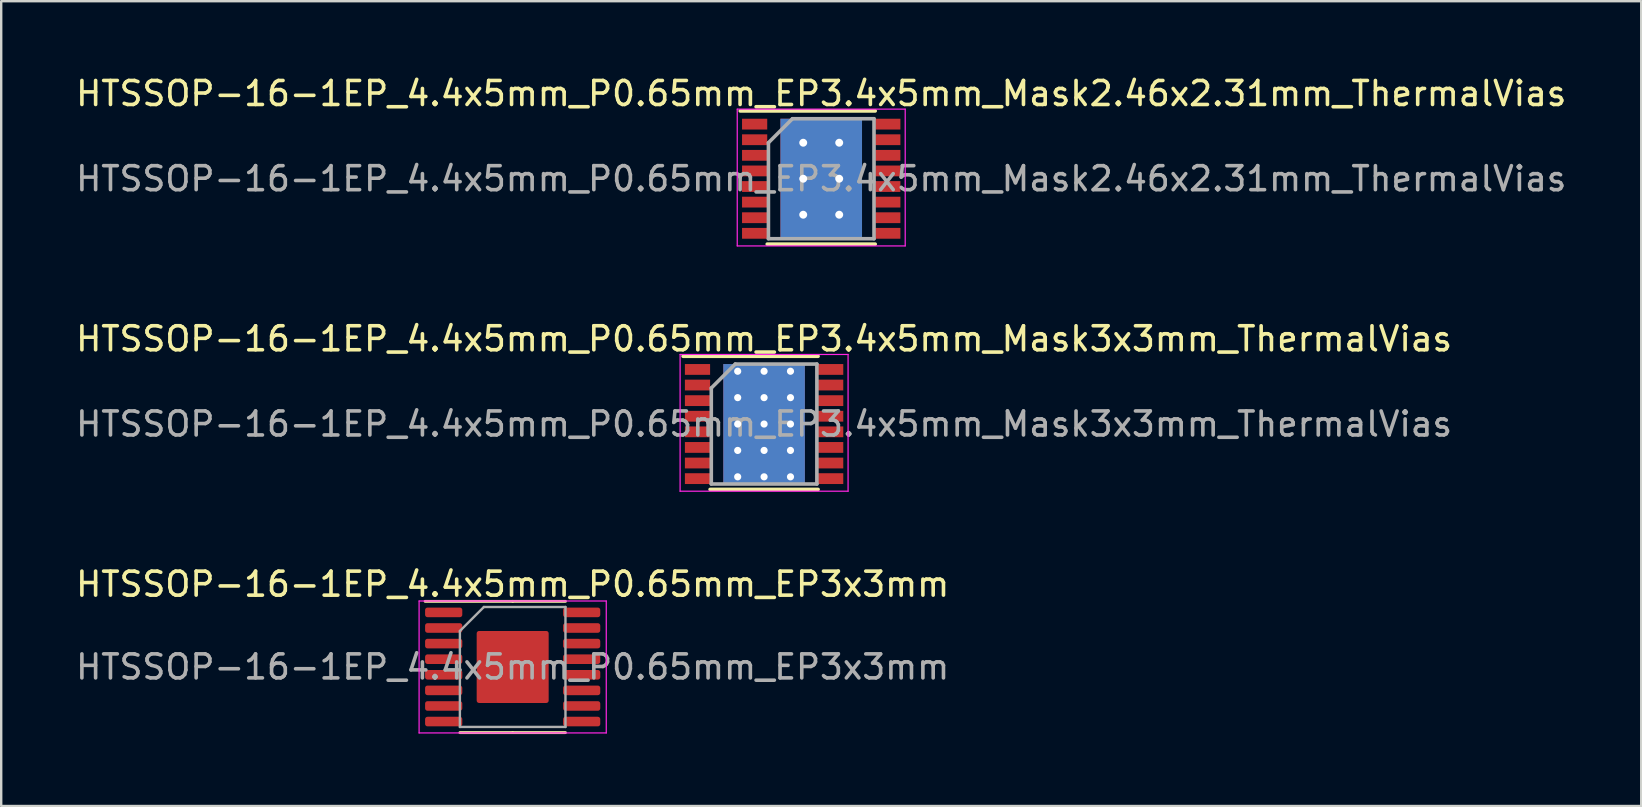
<source format=kicad_pcb>
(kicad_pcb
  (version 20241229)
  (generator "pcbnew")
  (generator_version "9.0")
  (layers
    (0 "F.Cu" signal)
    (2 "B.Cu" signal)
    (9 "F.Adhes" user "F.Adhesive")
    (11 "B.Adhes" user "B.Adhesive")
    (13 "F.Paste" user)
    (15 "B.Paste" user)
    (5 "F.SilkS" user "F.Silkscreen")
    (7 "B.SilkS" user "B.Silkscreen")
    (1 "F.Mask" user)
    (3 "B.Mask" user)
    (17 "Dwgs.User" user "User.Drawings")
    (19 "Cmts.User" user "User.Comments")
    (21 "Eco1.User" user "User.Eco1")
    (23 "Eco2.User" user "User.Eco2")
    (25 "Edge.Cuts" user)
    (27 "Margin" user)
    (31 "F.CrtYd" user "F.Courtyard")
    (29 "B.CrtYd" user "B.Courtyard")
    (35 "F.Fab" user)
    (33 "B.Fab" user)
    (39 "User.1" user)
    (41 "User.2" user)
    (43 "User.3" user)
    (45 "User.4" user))
  (footprint "HTSSOP-16-1EP_4.4x5mm_P0.65mm_EP3x3mm"
    (layer "F.Cu")
    (at 18.315 24.745)
    (property "Reference" "HTSSOP-16-1EP_4.4x5mm_P0.65mm_EP3x3mm" (at 0 -3.45 0) (layer "F.SilkS") (effects (font (size 1 1) (thickness 0.15))))
    (attr smd)
    (fp_line (start 0 -2.735) (end -3.65 -2.735) (stroke (width 0.12) (type solid)) (layer "F.SilkS"))
    (fp_line (start 0 -2.735) (end 2.2 -2.735) (stroke (width 0.12) (type solid)) (layer "F.SilkS"))
    (fp_line (start 0 2.735) (end -2.2 2.735) (stroke (width 0.12) (type solid)) (layer "F.SilkS"))
    (fp_line (start 0 2.735) (end 2.2 2.735) (stroke (width 0.12) (type solid)) (layer "F.SilkS"))
    (fp_line (start -3.9 -2.75) (end -3.9 2.75) (stroke (width 0.05) (type solid)) (layer "F.CrtYd"))
    (fp_line (start -3.9 2.75) (end 3.9 2.75) (stroke (width 0.05) (type solid)) (layer "F.CrtYd"))
    (fp_line (start 3.9 -2.75) (end -3.9 -2.75) (stroke (width 0.05) (type solid)) (layer "F.CrtYd"))
    (fp_line (start 3.9 2.75) (end 3.9 -2.75) (stroke (width 0.05) (type solid)) (layer "F.CrtYd"))
    (fp_line (start -2.2 -1.5) (end -1.2 -2.5) (stroke (width 0.1) (type solid)) (layer "F.Fab"))
    (fp_line (start -2.2 2.5) (end -2.2 -1.5) (stroke (width 0.1) (type solid)) (layer "F.Fab"))
    (fp_line (start -1.2 -2.5) (end 2.2 -2.5) (stroke (width 0.1) (type solid)) (layer "F.Fab"))
    (fp_line (start 2.2 -2.5) (end 2.2 2.5) (stroke (width 0.1) (type solid)) (layer "F.Fab"))
    (fp_line (start 2.2 2.5) (end -2.2 2.5) (stroke (width 0.1) (type solid)) (layer "F.Fab"))
    (fp_text user "${REFERENCE}" (at 0 0 0) (layer "F.Fab") (effects (font (size 1 1) (thickness 0.15))))
    (pad "" smd roundrect (at -0.75 -0.75) (size 1.21 1.21) (layers "F.Paste") (roundrect_rratio 0.207))
    (pad "" smd roundrect (at -0.75 0.75) (size 1.21 1.21) (layers "F.Paste") (roundrect_rratio 0.207))
    (pad "" smd roundrect (at 0.75 -0.75) (size 1.21 1.21) (layers "F.Paste") (roundrect_rratio 0.207))
    (pad "" smd roundrect (at 0.75 0.75) (size 1.21 1.21) (layers "F.Paste") (roundrect_rratio 0.207))
    (pad "1" smd roundrect (at -2.875 -2.275) (size 1.55 0.4) (layers "F.Cu" "F.Mask" "F.Paste") (roundrect_rratio 0.25))
    (pad "2" smd roundrect (at -2.875 -1.625) (size 1.55 0.4) (layers "F.Cu" "F.Mask" "F.Paste") (roundrect_rratio 0.25))
    (pad "3" smd roundrect (at -2.875 -0.975) (size 1.55 0.4) (layers "F.Cu" "F.Mask" "F.Paste") (roundrect_rratio 0.25))
    (pad "4" smd roundrect (at -2.875 -0.325) (size 1.55 0.4) (layers "F.Cu" "F.Mask" "F.Paste") (roundrect_rratio 0.25))
    (pad "5" smd roundrect (at -2.875 0.325) (size 1.55 0.4) (layers "F.Cu" "F.Mask" "F.Paste") (roundrect_rratio 0.25))
    (pad "6" smd roundrect (at -2.875 0.975) (size 1.55 0.4) (layers "F.Cu" "F.Mask" "F.Paste") (roundrect_rratio 0.25))
    (pad "7" smd roundrect (at -2.875 1.625) (size 1.55 0.4) (layers "F.Cu" "F.Mask" "F.Paste") (roundrect_rratio 0.25))
    (pad "8" smd roundrect (at -2.875 2.275) (size 1.55 0.4) (layers "F.Cu" "F.Mask" "F.Paste") (roundrect_rratio 0.25))
    (pad "9" smd roundrect (at 2.875 2.275) (size 1.55 0.4) (layers "F.Cu" "F.Mask" "F.Paste") (roundrect_rratio 0.25))
    (pad "10" smd roundrect (at 2.875 1.625) (size 1.55 0.4) (layers "F.Cu" "F.Mask" "F.Paste") (roundrect_rratio 0.25))
    (pad "11" smd roundrect (at 2.875 0.975) (size 1.55 0.4) (layers "F.Cu" "F.Mask" "F.Paste") (roundrect_rratio 0.25))
    (pad "12" smd roundrect (at 2.875 0.325) (size 1.55 0.4) (layers "F.Cu" "F.Mask" "F.Paste") (roundrect_rratio 0.25))
    (pad "13" smd roundrect (at 2.875 -0.325) (size 1.55 0.4) (layers "F.Cu" "F.Mask" "F.Paste") (roundrect_rratio 0.25))
    (pad "14" smd roundrect (at 2.875 -0.975) (size 1.55 0.4) (layers "F.Cu" "F.Mask" "F.Paste") (roundrect_rratio 0.25))
    (pad "15" smd roundrect (at 2.875 -1.625) (size 1.55 0.4) (layers "F.Cu" "F.Mask" "F.Paste") (roundrect_rratio 0.25))
    (pad "16" smd roundrect (at 2.875 -2.275) (size 1.55 0.4) (layers "F.Cu" "F.Mask" "F.Paste") (roundrect_rratio 0.25))
    (pad "17" smd roundrect (at 0 0) (size 3 3) (layers "F.Cu" "F.Mask") (roundrect_rratio 0.033)))
  (footprint "HTSSOP-16-1EP_4.4x5mm_P0.65mm_EP3.4x5mm_Mask2.46x2.31mm_ThermalVias"
    (layer "F.Cu")
    (at 31.173 4.398)
    (property "Reference" "HTSSOP-16-1EP_4.4x5mm_P0.65mm_EP3.4x5mm_Mask2.46x2.31mm_ThermalVias" (at 0 -3.55 0) (layer "F.SilkS") (effects (font (size 1 1) (thickness 0.15))))
    (attr smd)
    (fp_line (start -3.375 -2.825) (end 2.25 -2.825) (stroke (width 0.15) (type solid)) (layer "F.SilkS"))
    (fp_line (start -2.25 2.725) (end 2.25 2.725) (stroke (width 0.15) (type solid)) (layer "F.SilkS"))
    (fp_line (start -3.5 -2.9) (end -3.5 2.8) (stroke (width 0.05) (type solid)) (layer "F.CrtYd"))
    (fp_line (start -3.5 -2.9) (end 3.5 -2.9) (stroke (width 0.05) (type solid)) (layer "F.CrtYd"))
    (fp_line (start -3.5 2.8) (end 3.5 2.8) (stroke (width 0.05) (type solid)) (layer "F.CrtYd"))
    (fp_line (start 3.5 -2.9) (end 3.5 2.8) (stroke (width 0.05) (type solid)) (layer "F.CrtYd"))
    (fp_line (start -2.2 -1.5) (end -1.2 -2.5) (stroke (width 0.15) (type solid)) (layer "F.Fab"))
    (fp_line (start -2.2 2.5) (end -2.2 -1.5) (stroke (width 0.15) (type solid)) (layer "F.Fab"))
    (fp_line (start -1.2 -2.5) (end 2.2 -2.5) (stroke (width 0.15) (type solid)) (layer "F.Fab"))
    (fp_line (start 2.2 -2.5) (end 2.2 2.5) (stroke (width 0.15) (type solid)) (layer "F.Fab"))
    (fp_line (start 2.2 2.5) (end -2.2 2.5) (stroke (width 0.15) (type solid)) (layer "F.Fab"))
    (fp_text user "${REFERENCE}" (at 0 0 0) (layer "F.Fab") (effects (font (size 1 1) (thickness 0.15))))
    (pad "" smd rect (at 0 -0.66) (size 2.3 0.8) (layers "F.Paste"))
    (pad "" smd rect (at 0 0) (size 2.46 2.31) (layers "F.Paste"))
    (pad "" smd rect (at 0 0.66) (size 2.3 0.8) (layers "F.Paste"))
    (pad "1" smd rect (at -2.775 -2.275) (size 1.05 0.45) (layers "F.Cu" "F.Mask" "F.Paste"))
    (pad "2" smd rect (at -2.775 -1.625) (size 1.05 0.45) (layers "F.Cu" "F.Mask" "F.Paste"))
    (pad "3" smd rect (at -2.775 -0.975) (size 1.05 0.45) (layers "F.Cu" "F.Mask" "F.Paste"))
    (pad "4" smd rect (at -2.775 -0.325) (size 1.05 0.45) (layers "F.Cu" "F.Mask" "F.Paste"))
    (pad "5" smd rect (at -2.775 0.325) (size 1.05 0.45) (layers "F.Cu" "F.Mask" "F.Paste"))
    (pad "6" smd rect (at -2.775 0.975) (size 1.05 0.45) (layers "F.Cu" "F.Mask" "F.Paste"))
    (pad "7" smd rect (at -2.775 1.625) (size 1.05 0.45) (layers "F.Cu" "F.Mask" "F.Paste"))
    (pad "8" smd rect (at -2.775 2.275) (size 1.05 0.45) (layers "F.Cu" "F.Mask" "F.Paste"))
    (pad "9" smd rect (at 2.775 2.275) (size 1.05 0.45) (layers "F.Cu" "F.Mask" "F.Paste"))
    (pad "10" smd rect (at 2.775 1.625) (size 1.05 0.45) (layers "F.Cu" "F.Mask" "F.Paste"))
    (pad "11" smd rect (at 2.775 0.975) (size 1.05 0.45) (layers "F.Cu" "F.Mask" "F.Paste"))
    (pad "12" smd rect (at 2.775 0.325) (size 1.05 0.45) (layers "F.Cu" "F.Mask" "F.Paste"))
    (pad "13" smd rect (at 2.775 -0.325) (size 1.05 0.45) (layers "F.Cu" "F.Mask" "F.Paste"))
    (pad "14" smd rect (at 2.775 -0.975) (size 1.05 0.45) (layers "F.Cu" "F.Mask" "F.Paste"))
    (pad "15" smd rect (at 2.775 -1.625) (size 1.05 0.45) (layers "F.Cu" "F.Mask" "F.Paste"))
    (pad "16" smd rect (at 2.775 -2.275) (size 1.05 0.45) (layers "F.Cu" "F.Mask" "F.Paste"))
    (pad "17" thru_hole circle (at -0.75 -1.5) (size 0.75 0.75) (drill 0.33) (layers "*.Cu"))
    (pad "17" thru_hole circle (at -0.75 0) (size 0.75 0.75) (drill 0.33) (layers "*.Cu"))
    (pad "17" thru_hole circle (at -0.75 1.5) (size 0.75 0.75) (drill 0.33) (layers "*.Cu"))
    (pad "17" smd rect (at 0 0) (size 3.4 5) (layers "F.Cu"))
    (pad "17" smd rect (at 0 0) (size 3.4 5) (layers "B.Cu"))
    (pad "17" thru_hole circle (at 0.75 -1.5) (size 0.75 0.75) (drill 0.33) (layers "*.Cu"))
    (pad "17" thru_hole circle (at 0.75 0) (size 0.75 0.75) (drill 0.33) (layers "*.Cu"))
    (pad "17" thru_hole circle (at 0.75 1.5) (size 0.75 0.75) (drill 0.33) (layers "*.Cu")))
  (footprint "HTSSOP-16-1EP_4.4x5mm_P0.65mm_EP3.4x5mm_Mask3x3mm_ThermalVias"
    (layer "F.Cu")
    (at 28.792 14.621)
    (property "Reference" "HTSSOP-16-1EP_4.4x5mm_P0.65mm_EP3.4x5mm_Mask3x3mm_ThermalVias" (at 0 -3.55 0) (layer "F.SilkS") (effects (font (size 1 1) (thickness 0.15))))
    (attr smd)
    (fp_line (start -3.375 -2.825) (end 2.25 -2.825) (stroke (width 0.15) (type solid)) (layer "F.SilkS"))
    (fp_line (start -2.25 2.725) (end 2.25 2.725) (stroke (width 0.15) (type solid)) (layer "F.SilkS"))
    (fp_line (start -3.5 -2.9) (end -3.5 2.8) (stroke (width 0.05) (type solid)) (layer "F.CrtYd"))
    (fp_line (start -3.5 -2.9) (end 3.5 -2.9) (stroke (width 0.05) (type solid)) (layer "F.CrtYd"))
    (fp_line (start -3.5 2.8) (end 3.5 2.8) (stroke (width 0.05) (type solid)) (layer "F.CrtYd"))
    (fp_line (start 3.5 -2.9) (end 3.5 2.8) (stroke (width 0.05) (type solid)) (layer "F.CrtYd"))
    (fp_line (start -2.2 -1.5) (end -1.2 -2.5) (stroke (width 0.15) (type solid)) (layer "F.Fab"))
    (fp_line (start -2.2 2.5) (end -2.2 -1.5) (stroke (width 0.15) (type solid)) (layer "F.Fab"))
    (fp_line (start -1.2 -2.5) (end 2.2 -2.5) (stroke (width 0.15) (type solid)) (layer "F.Fab"))
    (fp_line (start 2.2 -2.5) (end 2.2 2.5) (stroke (width 0.15) (type solid)) (layer "F.Fab"))
    (fp_line (start 2.2 2.5) (end -2.2 2.5) (stroke (width 0.15) (type solid)) (layer "F.Fab"))
    (fp_text user "${REFERENCE}" (at 0 0 0) (layer "F.Fab") (effects (font (size 1 1) (thickness 0.15))))
    (pad "" smd rect (at -1.325 -0.55 90) (size 0.8 0.25) (layers "F.Paste"))
    (pad "" smd rect (at -1.325 0.55 90) (size 0.8 0.25) (layers "F.Paste"))
    (pad "" smd rect (at -0.55 -1.325) (size 0.8 0.25) (layers "F.Paste"))
    (pad "" smd rect (at -0.55 -0.55) (size 0.85 0.8) (layers "F.Paste"))
    (pad "" smd rect (at -0.55 0.55) (size 0.85 0.85) (layers "F.Paste"))
    (pad "" smd rect (at -0.55 1.325) (size 0.8 0.25) (layers "F.Paste"))
    (pad "" smd rect (at 0 0) (size 3 3) (layers "F.Paste"))
    (pad "" smd rect (at 0.55 -1.325) (size 0.8 0.25) (layers "F.Paste"))
    (pad "" smd rect (at 0.55 -0.55) (size 0.85 0.85) (layers "F.Paste"))
    (pad "" smd rect (at 0.55 0.55) (size 0.85 0.85) (layers "F.Paste"))
    (pad "" smd rect (at 0.55 1.325) (size 0.8 0.25) (layers "F.Paste"))
    (pad "" smd rect (at 1.325 -0.55 90) (size 0.8 0.25) (layers "F.Paste"))
    (pad "" smd rect (at 1.325 0.55 90) (size 0.8 0.25) (layers "F.Paste"))
    (pad "1" smd rect (at -2.775 -2.275) (size 1.05 0.45) (layers "F.Cu" "F.Mask" "F.Paste"))
    (pad "2" smd rect (at -2.775 -1.625) (size 1.05 0.45) (layers "F.Cu" "F.Mask" "F.Paste"))
    (pad "3" smd rect (at -2.775 -0.975) (size 1.05 0.45) (layers "F.Cu" "F.Mask" "F.Paste"))
    (pad "4" smd rect (at -2.775 -0.325) (size 1.05 0.45) (layers "F.Cu" "F.Mask" "F.Paste"))
    (pad "5" smd rect (at -2.775 0.325) (size 1.05 0.45) (layers "F.Cu" "F.Mask" "F.Paste"))
    (pad "6" smd rect (at -2.775 0.975) (size 1.05 0.45) (layers "F.Cu" "F.Mask" "F.Paste"))
    (pad "7" smd rect (at -2.775 1.625) (size 1.05 0.45) (layers "F.Cu" "F.Mask" "F.Paste"))
    (pad "8" smd rect (at -2.775 2.275) (size 1.05 0.45) (layers "F.Cu" "F.Mask" "F.Paste"))
    (pad "9" smd rect (at 2.775 2.275) (size 1.05 0.45) (layers "F.Cu" "F.Mask" "F.Paste"))
    (pad "10" smd rect (at 2.775 1.625) (size 1.05 0.45) (layers "F.Cu" "F.Mask" "F.Paste"))
    (pad "11" smd rect (at 2.775 0.975) (size 1.05 0.45) (layers "F.Cu" "F.Mask" "F.Paste"))
    (pad "12" smd rect (at 2.775 0.325) (size 1.05 0.45) (layers "F.Cu" "F.Mask" "F.Paste"))
    (pad "13" smd rect (at 2.775 -0.325) (size 1.05 0.45) (layers "F.Cu" "F.Mask" "F.Paste"))
    (pad "14" smd rect (at 2.775 -0.975) (size 1.05 0.45) (layers "F.Cu" "F.Mask" "F.Paste"))
    (pad "15" smd rect (at 2.775 -1.625) (size 1.05 0.45) (layers "F.Cu" "F.Mask" "F.Paste"))
    (pad "16" smd rect (at 2.775 -2.275) (size 1.05 0.45) (layers "F.Cu" "F.Mask" "F.Paste"))
    (pad "17" thru_hole circle (at -1.1 -2.2) (size 0.6 0.6) (drill 0.3) (layers "*.Cu"))
    (pad "17" thru_hole circle (at -1.1 -1.1) (size 0.6 0.6) (drill 0.3) (layers "*.Cu"))
    (pad "17" thru_hole circle (at -1.1 0) (size 0.6 0.6) (drill 0.3) (layers "*.Cu"))
    (pad "17" thru_hole circle (at -1.1 1.1) (size 0.6 0.6) (drill 0.3) (layers "*.Cu"))
    (pad "17" thru_hole circle (at -1.1 2.2) (size 0.6 0.6) (drill 0.3) (layers "*.Cu"))
    (pad "17" thru_hole circle (at 0 -2.2) (size 0.6 0.6) (drill 0.3) (layers "*.Cu"))
    (pad "17" thru_hole circle (at 0 -1.1) (size 0.6 0.6) (drill 0.3) (layers "*.Cu"))
    (pad "17" thru_hole circle (at 0 0) (size 0.6 0.6) (drill 0.3) (layers "*.Cu"))
    (pad "17" smd rect (at 0 0) (size 3.4 5) (layers "F.Cu"))
    (pad "17" smd rect (at 0 0) (size 3.4 5) (layers "B.Cu"))
    (pad "17" thru_hole circle (at 0 1.1) (size 0.6 0.6) (drill 0.3) (layers "*.Cu"))
    (pad "17" thru_hole circle (at 0 2.2) (size 0.6 0.6) (drill 0.3) (layers "*.Cu"))
    (pad "17" thru_hole circle (at 1.1 -2.2) (size 0.6 0.6) (drill 0.3) (layers "*.Cu"))
    (pad "17" thru_hole circle (at 1.1 -1.1) (size 0.6 0.6) (drill 0.3) (layers "*.Cu"))
    (pad "17" thru_hole circle (at 1.1 0) (size 0.6 0.6) (drill 0.3) (layers "*.Cu"))
    (pad "17" thru_hole circle (at 1.1 1.1) (size 0.6 0.6) (drill 0.3) (layers "*.Cu"))
    (pad "17" thru_hole circle (at 1.1 2.2) (size 0.6 0.6) (drill 0.3) (layers "*.Cu")))
  (gr_rect
    (start -3 -3)
    (end 65.345 30.54)
    (stroke (width 0.1) (type default))
    (fill no)
    (layer "Edge.Cuts")))
</source>
